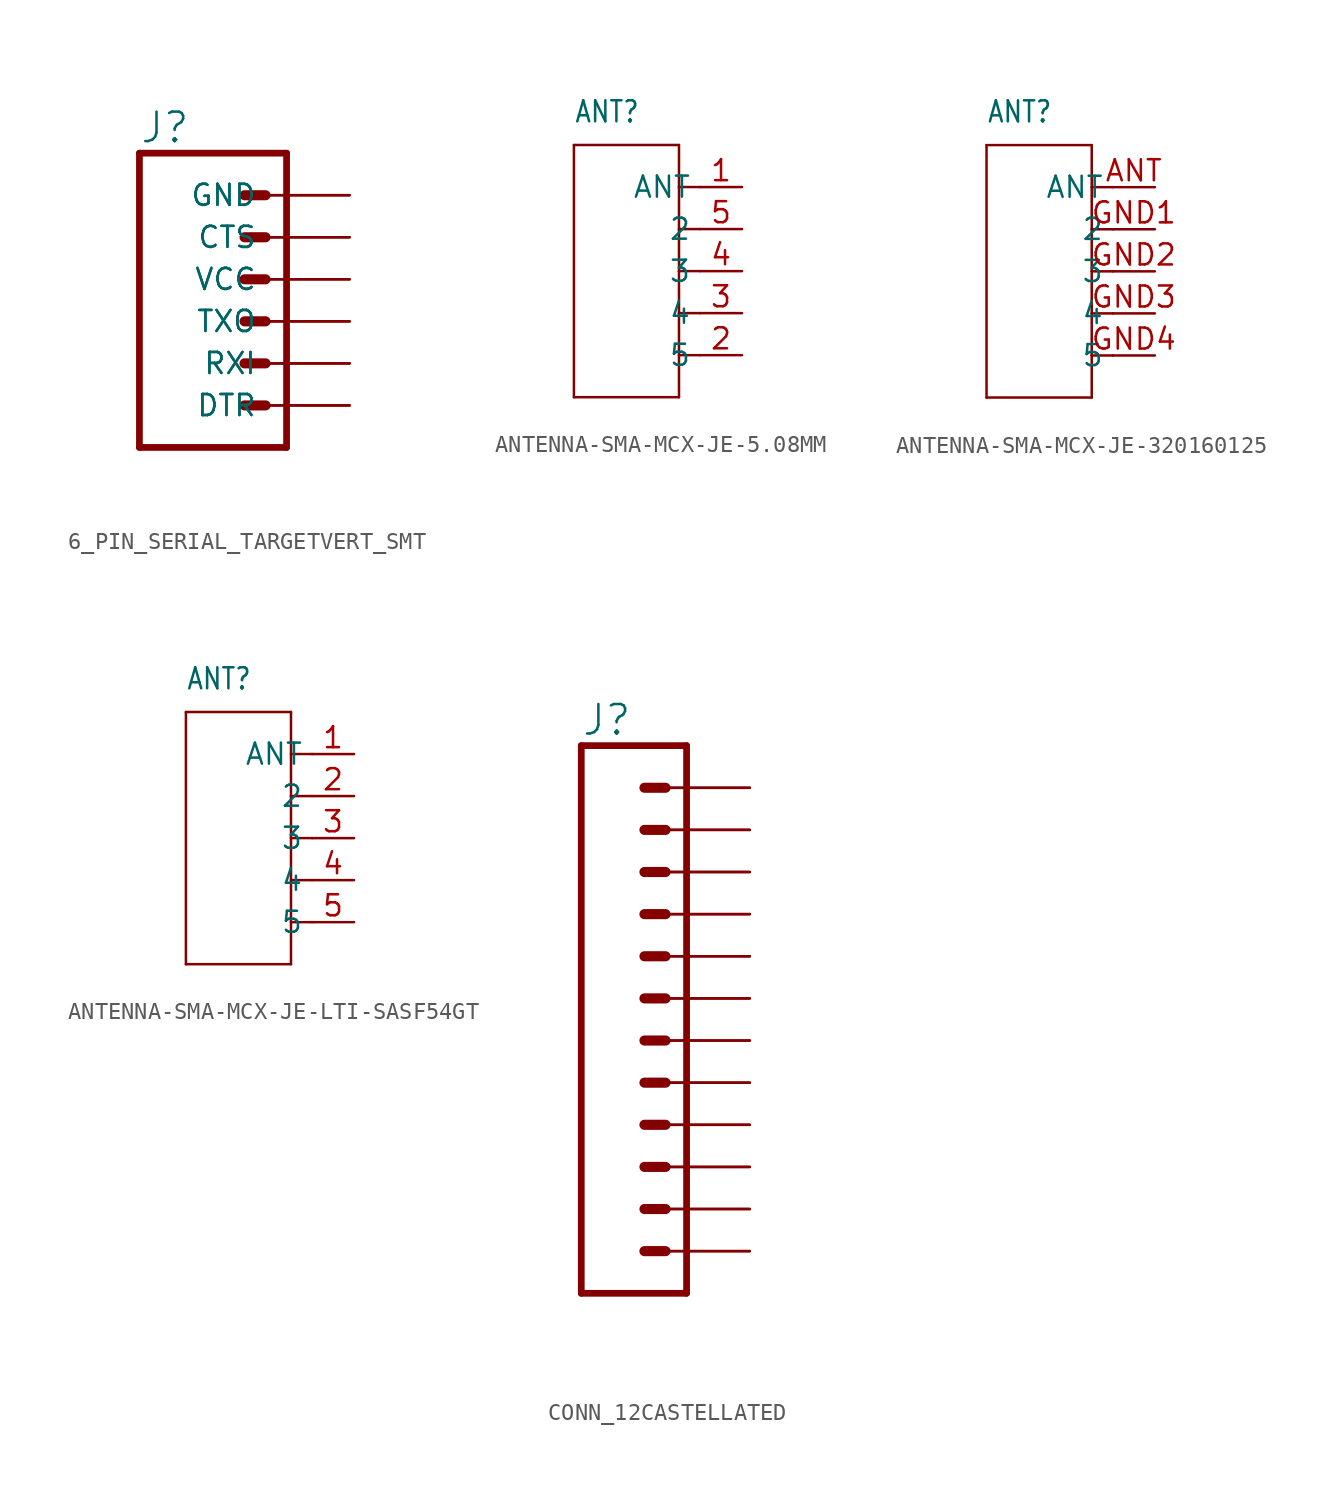
<source format=kicad_sym>
(kicad_symbol_lib
  (version 20220914)
  (generator kicad_symbol_editor)
  (symbol "6_PIN_SERIAL_TARGETVERT_SMT"
    (property "Reference" "J"
      (at -7.62 10.668 0)
      (effects (font (size 1.778 1.778)) (justify left bottom)))
    (property "Value" ""
      (at -7.62 -9.906 0)
      (effects (font (size 1.778 1.778)) (justify left bottom)))
    (property "ki_locked" ""
      (at 0 0 0)
      (effects (font (size 1.27 1.27))))
    (symbol "6_PIN_SERIAL_TARGETVERT_SMT_1_0"
      (polyline (pts (xy -7.62 10.16) (xy -7.62 -7.62)) (stroke (width 0.406) (type solid)) (fill (type none)))
      (polyline (pts (xy -7.62 10.16) (xy 1.27 10.16)) (stroke (width 0.406) (type solid)) (fill (type none)))
      (polyline (pts (xy -1.27 -5.08) (xy 0 -5.08)) (stroke (width 0.61) (type solid)) (fill (type none)))
      (polyline (pts (xy -1.27 -2.54) (xy 0 -2.54)) (stroke (width 0.61) (type solid)) (fill (type none)))
      (polyline (pts (xy -1.27 0) (xy 0 0)) (stroke (width 0.61) (type solid)) (fill (type none)))
      (polyline (pts (xy -1.27 2.54) (xy 0 2.54)) (stroke (width 0.61) (type solid)) (fill (type none)))
      (polyline (pts (xy -1.27 5.08) (xy 0 5.08)) (stroke (width 0.61) (type solid)) (fill (type none)))
      (polyline (pts (xy -1.27 7.62) (xy 0 7.62)) (stroke (width 0.61) (type solid)) (fill (type none)))
      (polyline (pts (xy 1.27 -7.62) (xy -7.62 -7.62)) (stroke (width 0.406) (type solid)) (fill (type none)))
      (polyline (pts (xy 1.27 -7.62) (xy 1.27 10.16)) (stroke (width 0.406) (type solid)) (fill (type none)))
      (pin passive line (at 5.08 -5.08 180) (length 5.08) (name "DTR" (effects (font (size 1.27 1.27)))) (number "1" (effects (font (size 0 0)))))
      (pin passive line (at 5.08 -5.08 180) (length 5.08) (name "DTR" (effects (font (size 1.27 1.27)))) (number "1-2" (effects (font (size 0 0)))))
      (pin passive line (at 5.08 0 180) (length 5.08) (name "TXO" (effects (font (size 1.27 1.27)))) (number "2" (effects (font (size 0 0)))))
      (pin passive line (at 5.08 0 180) (length 5.08) (name "TXO" (effects (font (size 1.27 1.27)))) (number "2-2" (effects (font (size 0 0)))))
      (pin passive line (at 5.08 -2.54 180) (length 5.08) (name "RXI" (effects (font (size 1.27 1.27)))) (number "3" (effects (font (size 0 0)))))
      (pin passive line (at 5.08 -2.54 180) (length 5.08) (name "RXI" (effects (font (size 1.27 1.27)))) (number "3-2" (effects (font (size 0 0)))))
      (pin passive line (at 5.08 2.54 180) (length 5.08) (name "VCC" (effects (font (size 1.27 1.27)))) (number "4" (effects (font (size 0 0)))))
      (pin passive line (at 5.08 2.54 180) (length 5.08) (name "VCC" (effects (font (size 1.27 1.27)))) (number "4-2" (effects (font (size 0 0)))))
      (pin passive line (at 5.08 5.08 180) (length 5.08) (name "CTS" (effects (font (size 1.27 1.27)))) (number "5" (effects (font (size 0 0)))))
      (pin passive line (at 5.08 5.08 180) (length 5.08) (name "CTS" (effects (font (size 1.27 1.27)))) (number "5-2" (effects (font (size 0 0)))))
      (pin passive line (at 5.08 7.62 180) (length 5.08) (name "GND" (effects (font (size 1.27 1.27)))) (number "6" (effects (font (size 0 0)))))
      (pin passive line (at 5.08 7.62 180) (length 5.08) (name "GND" (effects (font (size 1.27 1.27)))) (number "6-2" (effects (font (size 0 0)))))))
  (symbol "ANTENNA-SMA-MCX-JE-5.08MM"
    (property "Reference" "ANT"
      (at -5.08 8.89 0)
      (effects (font (size 1.27 1.079)) (justify left bottom)))
    (property "Value" ""
      (at -5.08 7.62 0)
      (effects (font (size 1.27 1.079)) (justify left bottom)))
    (property "ki_locked" ""
      (at 0 0 0)
      (effects (font (size 1.27 1.27))))
    (symbol "ANTENNA-SMA-MCX-JE-5.08MM_1_0"
      (polyline (pts (xy -5.08 -7.62) (xy 1.27 -7.62)) (stroke (width 0.152) (type solid)) (fill (type none)))
      (polyline (pts (xy -5.08 7.62) (xy -5.08 -7.62)) (stroke (width 0.152) (type solid)) (fill (type none)))
      (polyline (pts (xy 1.27 -7.62) (xy 1.27 -5.08)) (stroke (width 0.152) (type solid)) (fill (type none)))
      (polyline (pts (xy 1.27 -5.08) (xy 1.27 -2.54)) (stroke (width 0.152) (type solid)) (fill (type none)))
      (polyline (pts (xy 1.27 -2.54) (xy 1.27 0)) (stroke (width 0.152) (type solid)) (fill (type none)))
      (polyline (pts (xy 1.27 0) (xy 1.27 2.54)) (stroke (width 0.152) (type solid)) (fill (type none)))
      (polyline (pts (xy 1.27 2.54) (xy 1.27 5.08)) (stroke (width 0.152) (type solid)) (fill (type none)))
      (polyline (pts (xy 1.27 5.08) (xy 1.27 7.62)) (stroke (width 0.152) (type solid)) (fill (type none)))
      (polyline (pts (xy 1.27 7.62) (xy -5.08 7.62)) (stroke (width 0.152) (type solid)) (fill (type none)))
      (polyline (pts (xy 2.54 -5.08) (xy 1.27 -5.08)) (stroke (width 0.152) (type solid)) (fill (type none)))
      (polyline (pts (xy 2.54 -2.54) (xy 1.27 -2.54)) (stroke (width 0.152) (type solid)) (fill (type none)))
      (polyline (pts (xy 2.54 0) (xy 1.27 0)) (stroke (width 0.152) (type solid)) (fill (type none)))
      (polyline (pts (xy 2.54 2.54) (xy 1.27 2.54)) (stroke (width 0.152) (type solid)) (fill (type none)))
      (polyline (pts (xy 2.54 5.08) (xy 1.27 5.08)) (stroke (width 0.152) (type solid)) (fill (type none)))
      (pin bidirectional line (at 5.08 5.08 180) (length 2.54) (name "ANT" (effects (font (size 1.27 1.27)))) (number "1" (effects (font (size 1.27 1.27)))))
      (pin bidirectional line (at 5.08 -5.08 180) (length 2.54) (name "5" (effects (font (size 1.27 1.27)))) (number "2" (effects (font (size 1.27 1.27)))))
      (pin bidirectional line (at 5.08 -2.54 180) (length 2.54) (name "4" (effects (font (size 1.27 1.27)))) (number "3" (effects (font (size 1.27 1.27)))))
      (pin bidirectional line (at 5.08 0 180) (length 2.54) (name "3" (effects (font (size 1.27 1.27)))) (number "4" (effects (font (size 1.27 1.27)))))
      (pin bidirectional line (at 5.08 2.54 180) (length 2.54) (name "2" (effects (font (size 1.27 1.27)))) (number "5" (effects (font (size 1.27 1.27)))))))
  (symbol "ANTENNA-SMA-MCX-JE-320160125"
    (property "Reference" "ANT"
      (at -5.08 8.89 0)
      (effects (font (size 1.27 1.079)) (justify left bottom)))
    (property "Value" ""
      (at -5.08 7.62 0)
      (effects (font (size 1.27 1.079)) (justify left bottom)))
    (property "ki_locked" ""
      (at 0 0 0)
      (effects (font (size 1.27 1.27))))
    (symbol "ANTENNA-SMA-MCX-JE-320160125_1_0"
      (polyline (pts (xy -5.08 -7.62) (xy 1.27 -7.62)) (stroke (width 0.152) (type solid)) (fill (type none)))
      (polyline (pts (xy -5.08 7.62) (xy -5.08 -7.62)) (stroke (width 0.152) (type solid)) (fill (type none)))
      (polyline (pts (xy 1.27 -7.62) (xy 1.27 -5.08)) (stroke (width 0.152) (type solid)) (fill (type none)))
      (polyline (pts (xy 1.27 -5.08) (xy 1.27 -2.54)) (stroke (width 0.152) (type solid)) (fill (type none)))
      (polyline (pts (xy 1.27 -2.54) (xy 1.27 0)) (stroke (width 0.152) (type solid)) (fill (type none)))
      (polyline (pts (xy 1.27 0) (xy 1.27 2.54)) (stroke (width 0.152) (type solid)) (fill (type none)))
      (polyline (pts (xy 1.27 2.54) (xy 1.27 5.08)) (stroke (width 0.152) (type solid)) (fill (type none)))
      (polyline (pts (xy 1.27 5.08) (xy 1.27 7.62)) (stroke (width 0.152) (type solid)) (fill (type none)))
      (polyline (pts (xy 1.27 7.62) (xy -5.08 7.62)) (stroke (width 0.152) (type solid)) (fill (type none)))
      (polyline (pts (xy 2.54 -5.08) (xy 1.27 -5.08)) (stroke (width 0.152) (type solid)) (fill (type none)))
      (polyline (pts (xy 2.54 -2.54) (xy 1.27 -2.54)) (stroke (width 0.152) (type solid)) (fill (type none)))
      (polyline (pts (xy 2.54 0) (xy 1.27 0)) (stroke (width 0.152) (type solid)) (fill (type none)))
      (polyline (pts (xy 2.54 2.54) (xy 1.27 2.54)) (stroke (width 0.152) (type solid)) (fill (type none)))
      (polyline (pts (xy 2.54 5.08) (xy 1.27 5.08)) (stroke (width 0.152) (type solid)) (fill (type none)))
      (pin bidirectional line (at 5.08 5.08 180) (length 2.54) (name "ANT" (effects (font (size 1.27 1.27)))) (number "ANT" (effects (font (size 1.27 1.27)))))
      (pin bidirectional line (at 5.08 2.54 180) (length 2.54) (name "2" (effects (font (size 1.27 1.27)))) (number "GND1" (effects (font (size 1.27 1.27)))))
      (pin bidirectional line (at 5.08 0 180) (length 2.54) (name "3" (effects (font (size 1.27 1.27)))) (number "GND2" (effects (font (size 1.27 1.27)))))
      (pin bidirectional line (at 5.08 -2.54 180) (length 2.54) (name "4" (effects (font (size 1.27 1.27)))) (number "GND3" (effects (font (size 1.27 1.27)))))
      (pin bidirectional line (at 5.08 -5.08 180) (length 2.54) (name "5" (effects (font (size 1.27 1.27)))) (number "GND4" (effects (font (size 1.27 1.27)))))))
  (symbol "ANTENNA-SMA-MCX-JE-LTI-SASF54GT"
    (property "Reference" "ANT"
      (at -5.08 8.89 0)
      (effects (font (size 1.27 1.079)) (justify left bottom)))
    (property "Value" ""
      (at -5.08 7.62 0)
      (effects (font (size 1.27 1.079)) (justify left bottom)))
    (property "ki_locked" ""
      (at 0 0 0)
      (effects (font (size 1.27 1.27))))
    (symbol "ANTENNA-SMA-MCX-JE-LTI-SASF54GT_1_0"
      (polyline (pts (xy -5.08 -7.62) (xy 1.27 -7.62)) (stroke (width 0.152) (type solid)) (fill (type none)))
      (polyline (pts (xy -5.08 7.62) (xy -5.08 -7.62)) (stroke (width 0.152) (type solid)) (fill (type none)))
      (polyline (pts (xy 1.27 -7.62) (xy 1.27 -5.08)) (stroke (width 0.152) (type solid)) (fill (type none)))
      (polyline (pts (xy 1.27 -5.08) (xy 1.27 -2.54)) (stroke (width 0.152) (type solid)) (fill (type none)))
      (polyline (pts (xy 1.27 -2.54) (xy 1.27 0)) (stroke (width 0.152) (type solid)) (fill (type none)))
      (polyline (pts (xy 1.27 0) (xy 1.27 2.54)) (stroke (width 0.152) (type solid)) (fill (type none)))
      (polyline (pts (xy 1.27 2.54) (xy 1.27 5.08)) (stroke (width 0.152) (type solid)) (fill (type none)))
      (polyline (pts (xy 1.27 5.08) (xy 1.27 7.62)) (stroke (width 0.152) (type solid)) (fill (type none)))
      (polyline (pts (xy 1.27 7.62) (xy -5.08 7.62)) (stroke (width 0.152) (type solid)) (fill (type none)))
      (polyline (pts (xy 2.54 -5.08) (xy 1.27 -5.08)) (stroke (width 0.152) (type solid)) (fill (type none)))
      (polyline (pts (xy 2.54 -2.54) (xy 1.27 -2.54)) (stroke (width 0.152) (type solid)) (fill (type none)))
      (polyline (pts (xy 2.54 0) (xy 1.27 0)) (stroke (width 0.152) (type solid)) (fill (type none)))
      (polyline (pts (xy 2.54 2.54) (xy 1.27 2.54)) (stroke (width 0.152) (type solid)) (fill (type none)))
      (polyline (pts (xy 2.54 5.08) (xy 1.27 5.08)) (stroke (width 0.152) (type solid)) (fill (type none)))
      (pin bidirectional line (at 5.08 5.08 180) (length 2.54) (name "ANT" (effects (font (size 1.27 1.27)))) (number "1" (effects (font (size 1.27 1.27)))))
      (pin bidirectional line (at 5.08 2.54 180) (length 2.54) (name "2" (effects (font (size 1.27 1.27)))) (number "2" (effects (font (size 1.27 1.27)))))
      (pin bidirectional line (at 5.08 0 180) (length 2.54) (name "3" (effects (font (size 1.27 1.27)))) (number "3" (effects (font (size 1.27 1.27)))))
      (pin bidirectional line (at 5.08 -2.54 180) (length 2.54) (name "4" (effects (font (size 1.27 1.27)))) (number "4" (effects (font (size 1.27 1.27)))))
      (pin bidirectional line (at 5.08 -5.08 180) (length 2.54) (name "5" (effects (font (size 1.27 1.27)))) (number "5" (effects (font (size 1.27 1.27)))))))
  (symbol "CONN_12CASTELLATED"
    (property "Reference" "J"
      (at 0 15.748 0)
      (effects (font (size 1.778 1.778)) (justify left bottom)))
    (property "Value" ""
      (at 0 -20.066 0)
      (effects (font (size 1.778 1.778)) (justify left bottom)))
    (property "ki_locked" ""
      (at 0 0 0)
      (effects (font (size 1.27 1.27))))
    (symbol "CONN_12CASTELLATED_1_0"
      (polyline (pts (xy 0 15.24) (xy 0 -17.78)) (stroke (width 0.406) (type solid)) (fill (type none)))
      (polyline (pts (xy 0 15.24) (xy 6.35 15.24)) (stroke (width 0.406) (type solid)) (fill (type none)))
      (polyline (pts (xy 3.81 -15.24) (xy 5.08 -15.24)) (stroke (width 0.61) (type solid)) (fill (type none)))
      (polyline (pts (xy 3.81 -12.7) (xy 5.08 -12.7)) (stroke (width 0.61) (type solid)) (fill (type none)))
      (polyline (pts (xy 3.81 -10.16) (xy 5.08 -10.16)) (stroke (width 0.61) (type solid)) (fill (type none)))
      (polyline (pts (xy 3.81 -7.62) (xy 5.08 -7.62)) (stroke (width 0.61) (type solid)) (fill (type none)))
      (polyline (pts (xy 3.81 -5.08) (xy 5.08 -5.08)) (stroke (width 0.61) (type solid)) (fill (type none)))
      (polyline (pts (xy 3.81 -2.54) (xy 5.08 -2.54)) (stroke (width 0.61) (type solid)) (fill (type none)))
      (polyline (pts (xy 3.81 0) (xy 5.08 0)) (stroke (width 0.61) (type solid)) (fill (type none)))
      (polyline (pts (xy 3.81 2.54) (xy 5.08 2.54)) (stroke (width 0.61) (type solid)) (fill (type none)))
      (polyline (pts (xy 3.81 5.08) (xy 5.08 5.08)) (stroke (width 0.61) (type solid)) (fill (type none)))
      (polyline (pts (xy 3.81 7.62) (xy 5.08 7.62)) (stroke (width 0.61) (type solid)) (fill (type none)))
      (polyline (pts (xy 3.81 10.16) (xy 5.08 10.16)) (stroke (width 0.61) (type solid)) (fill (type none)))
      (polyline (pts (xy 3.81 12.7) (xy 5.08 12.7)) (stroke (width 0.61) (type solid)) (fill (type none)))
      (polyline (pts (xy 6.35 -17.78) (xy 0 -17.78)) (stroke (width 0.406) (type solid)) (fill (type none)))
      (polyline (pts (xy 6.35 -17.78) (xy 6.35 15.24)) (stroke (width 0.406) (type solid)) (fill (type none)))
      (pin passive line (at 10.16 -15.24 180) (length 5.08) (name "1" (effects (font (size 0 0)))) (number "1" (effects (font (size 0 0)))))
      (pin passive line (at 10.16 7.62 180) (length 5.08) (name "10" (effects (font (size 0 0)))) (number "10" (effects (font (size 0 0)))))
      (pin passive line (at 10.16 7.62 180) (length 5.08) (name "10" (effects (font (size 0 0)))) (number "10B" (effects (font (size 0 0)))))
      (pin passive line (at 10.16 10.16 180) (length 5.08) (name "11" (effects (font (size 0 0)))) (number "11" (effects (font (size 0 0)))))
      (pin passive line (at 10.16 10.16 180) (length 5.08) (name "11" (effects (font (size 0 0)))) (number "11B" (effects (font (size 0 0)))))
      (pin passive line (at 10.16 12.7 180) (length 5.08) (name "12" (effects (font (size 0 0)))) (number "12" (effects (font (size 0 0)))))
      (pin passive line (at 10.16 12.7 180) (length 5.08) (name "12" (effects (font (size 0 0)))) (number "12B" (effects (font (size 0 0)))))
      (pin passive line (at 10.16 -15.24 180) (length 5.08) (name "1" (effects (font (size 0 0)))) (number "1B" (effects (font (size 0 0)))))
      (pin passive line (at 10.16 -12.7 180) (length 5.08) (name "2" (effects (font (size 0 0)))) (number "2" (effects (font (size 0 0)))))
      (pin passive line (at 10.16 -12.7 180) (length 5.08) (name "2" (effects (font (size 0 0)))) (number "2B" (effects (font (size 0 0)))))
      (pin passive line (at 10.16 -10.16 180) (length 5.08) (name "3" (effects (font (size 0 0)))) (number "3" (effects (font (size 0 0)))))
      (pin passive line (at 10.16 -10.16 180) (length 5.08) (name "3" (effects (font (size 0 0)))) (number "3B" (effects (font (size 0 0)))))
      (pin passive line (at 10.16 -7.62 180) (length 5.08) (name "4" (effects (font (size 0 0)))) (number "4" (effects (font (size 0 0)))))
      (pin passive line (at 10.16 -7.62 180) (length 5.08) (name "4" (effects (font (size 0 0)))) (number "4B" (effects (font (size 0 0)))))
      (pin passive line (at 10.16 -5.08 180) (length 5.08) (name "5" (effects (font (size 0 0)))) (number "5" (effects (font (size 0 0)))))
      (pin passive line (at 10.16 -5.08 180) (length 5.08) (name "5" (effects (font (size 0 0)))) (number "5B" (effects (font (size 0 0)))))
      (pin passive line (at 10.16 -2.54 180) (length 5.08) (name "6" (effects (font (size 0 0)))) (number "6" (effects (font (size 0 0)))))
      (pin passive line (at 10.16 -2.54 180) (length 5.08) (name "6" (effects (font (size 0 0)))) (number "6B" (effects (font (size 0 0)))))
      (pin passive line (at 10.16 0 180) (length 5.08) (name "7" (effects (font (size 0 0)))) (number "7" (effects (font (size 0 0)))))
      (pin passive line (at 10.16 0 180) (length 5.08) (name "7" (effects (font (size 0 0)))) (number "7B" (effects (font (size 0 0)))))
      (pin passive line (at 10.16 2.54 180) (length 5.08) (name "8" (effects (font (size 0 0)))) (number "8" (effects (font (size 0 0)))))
      (pin passive line (at 10.16 2.54 180) (length 5.08) (name "8" (effects (font (size 0 0)))) (number "8B" (effects (font (size 0 0)))))
      (pin passive line (at 10.16 5.08 180) (length 5.08) (name "9" (effects (font (size 0 0)))) (number "9" (effects (font (size 0 0)))))
      (pin passive line (at 10.16 5.08 180) (length 5.08) (name "9" (effects (font (size 0 0)))) (number "9B" (effects (font (size 0 0))))))))
</source>
